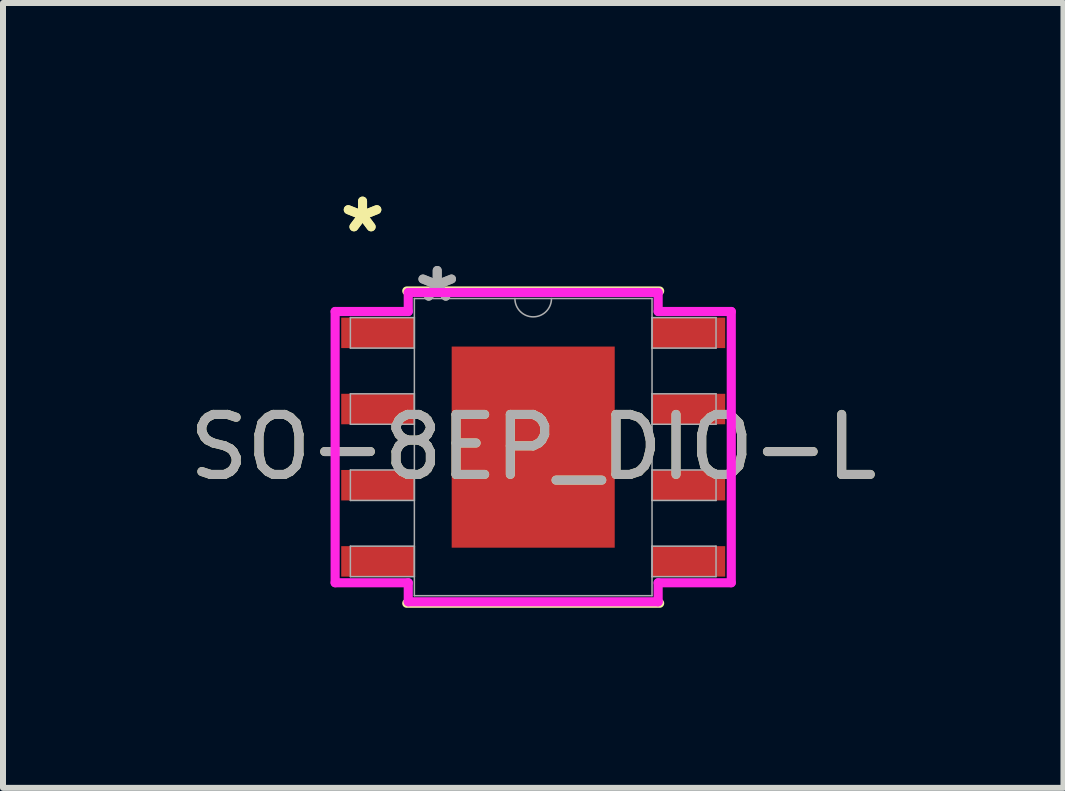
<source format=kicad_pcb>
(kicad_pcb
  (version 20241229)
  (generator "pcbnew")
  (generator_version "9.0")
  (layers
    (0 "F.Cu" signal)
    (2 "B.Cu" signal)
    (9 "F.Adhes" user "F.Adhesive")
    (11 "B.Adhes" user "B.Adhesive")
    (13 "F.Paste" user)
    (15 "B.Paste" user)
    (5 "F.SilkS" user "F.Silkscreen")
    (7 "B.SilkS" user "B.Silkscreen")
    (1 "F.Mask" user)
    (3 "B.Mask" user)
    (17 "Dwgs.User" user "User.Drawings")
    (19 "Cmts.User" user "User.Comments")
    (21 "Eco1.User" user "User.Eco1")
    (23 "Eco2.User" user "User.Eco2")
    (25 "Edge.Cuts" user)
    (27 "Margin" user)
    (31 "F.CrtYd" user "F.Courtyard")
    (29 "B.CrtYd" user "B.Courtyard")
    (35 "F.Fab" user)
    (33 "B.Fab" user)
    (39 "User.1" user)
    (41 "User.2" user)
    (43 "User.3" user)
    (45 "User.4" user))
  (footprint "SO-8EP_DIO-L"
    (layer "F.Cu")
    (at 5.839 4.404)
    (property "Reference" "SO-8EP_DIO-L" (at 0 0 0) (unlocked yes) (layer "F.SilkS") (effects (font (size 1 1) (thickness 0.15))))
    (attr smd)
    (fp_line (start -2.108 2.603) (end 2.108 2.603) (stroke (width 0.152) (type solid)) (layer "F.SilkS"))
    (fp_line (start 2.108 -2.603) (end -2.108 -2.603) (stroke (width 0.152) (type solid)) (layer "F.SilkS"))
    (fp_poly (pts (xy -1.259 -1.576) (xy -1.259 -0.1) (xy -0.1 -0.1) (xy -0.1 -1.576)) (stroke (width 0) (type solid)) (fill yes) (layer "F.Paste"))
    (fp_poly (pts (xy -1.259 0.1) (xy -1.259 1.576) (xy -0.1 1.576) (xy -0.1 0.1)) (stroke (width 0) (type solid)) (fill yes) (layer "F.Paste"))
    (fp_poly (pts (xy 0.1 -1.576) (xy 0.1 -0.1) (xy 1.259 -0.1) (xy 1.259 -1.576)) (stroke (width 0) (type solid)) (fill yes) (layer "F.Paste"))
    (fp_poly (pts (xy 0.1 0.1) (xy 0.1 1.576) (xy 1.259 1.576) (xy 1.259 0.1)) (stroke (width 0) (type solid)) (fill yes) (layer "F.Paste"))
    (fp_line (start -3.302 -2.261) (end -2.083 -2.261) (stroke (width 0.152) (type solid)) (layer "F.CrtYd"))
    (fp_line (start -3.302 2.261) (end -3.302 -2.261) (stroke (width 0.152) (type solid)) (layer "F.CrtYd"))
    (fp_line (start -3.302 2.261) (end -2.083 2.261) (stroke (width 0.152) (type solid)) (layer "F.CrtYd"))
    (fp_line (start -2.083 -2.578) (end 2.083 -2.578) (stroke (width 0.152) (type solid)) (layer "F.CrtYd"))
    (fp_line (start -2.083 -2.261) (end -2.083 -2.578) (stroke (width 0.152) (type solid)) (layer "F.CrtYd"))
    (fp_line (start -2.083 2.578) (end -2.083 2.261) (stroke (width 0.152) (type solid)) (layer "F.CrtYd"))
    (fp_line (start 2.083 -2.578) (end 2.083 -2.261) (stroke (width 0.152) (type solid)) (layer "F.CrtYd"))
    (fp_line (start 2.083 2.261) (end 2.083 2.578) (stroke (width 0.152) (type solid)) (layer "F.CrtYd"))
    (fp_line (start 2.083 2.578) (end -2.083 2.578) (stroke (width 0.152) (type solid)) (layer "F.CrtYd"))
    (fp_line (start 3.302 -2.261) (end 2.083 -2.261) (stroke (width 0.152) (type solid)) (layer "F.CrtYd"))
    (fp_line (start 3.302 -2.261) (end 3.302 2.261) (stroke (width 0.152) (type solid)) (layer "F.CrtYd"))
    (fp_line (start 3.302 2.261) (end 2.083 2.261) (stroke (width 0.152) (type solid)) (layer "F.CrtYd"))
    (fp_line (start -3.048 -2.159) (end -3.048 -1.651) (stroke (width 0.025) (type solid)) (layer "F.Fab"))
    (fp_line (start -3.048 -1.651) (end -1.981 -1.651) (stroke (width 0.025) (type solid)) (layer "F.Fab"))
    (fp_line (start -3.048 -0.889) (end -3.048 -0.381) (stroke (width 0.025) (type solid)) (layer "F.Fab"))
    (fp_line (start -3.048 -0.381) (end -1.981 -0.381) (stroke (width 0.025) (type solid)) (layer "F.Fab"))
    (fp_line (start -3.048 0.381) (end -3.048 0.889) (stroke (width 0.025) (type solid)) (layer "F.Fab"))
    (fp_line (start -3.048 0.889) (end -1.981 0.889) (stroke (width 0.025) (type solid)) (layer "F.Fab"))
    (fp_line (start -3.048 1.651) (end -3.048 2.159) (stroke (width 0.025) (type solid)) (layer "F.Fab"))
    (fp_line (start -3.048 2.159) (end -1.981 2.159) (stroke (width 0.025) (type solid)) (layer "F.Fab"))
    (fp_line (start -1.981 -2.477) (end -1.981 2.477) (stroke (width 0.025) (type solid)) (layer "F.Fab"))
    (fp_line (start -1.981 -2.159) (end -3.048 -2.159) (stroke (width 0.025) (type solid)) (layer "F.Fab"))
    (fp_line (start -1.981 -1.651) (end -1.981 -2.159) (stroke (width 0.025) (type solid)) (layer "F.Fab"))
    (fp_line (start -1.981 -0.889) (end -3.048 -0.889) (stroke (width 0.025) (type solid)) (layer "F.Fab"))
    (fp_line (start -1.981 -0.381) (end -1.981 -0.889) (stroke (width 0.025) (type solid)) (layer "F.Fab"))
    (fp_line (start -1.981 0.381) (end -3.048 0.381) (stroke (width 0.025) (type solid)) (layer "F.Fab"))
    (fp_line (start -1.981 0.889) (end -1.981 0.381) (stroke (width 0.025) (type solid)) (layer "F.Fab"))
    (fp_line (start -1.981 1.651) (end -3.048 1.651) (stroke (width 0.025) (type solid)) (layer "F.Fab"))
    (fp_line (start -1.981 2.159) (end -1.981 1.651) (stroke (width 0.025) (type solid)) (layer "F.Fab"))
    (fp_line (start -1.981 2.477) (end 1.981 2.477) (stroke (width 0.025) (type solid)) (layer "F.Fab"))
    (fp_line (start 1.981 -2.477) (end -1.981 -2.477) (stroke (width 0.025) (type solid)) (layer "F.Fab"))
    (fp_line (start 1.981 -2.159) (end 1.981 -1.651) (stroke (width 0.025) (type solid)) (layer "F.Fab"))
    (fp_line (start 1.981 -1.651) (end 3.048 -1.651) (stroke (width 0.025) (type solid)) (layer "F.Fab"))
    (fp_line (start 1.981 -0.889) (end 1.981 -0.381) (stroke (width 0.025) (type solid)) (layer "F.Fab"))
    (fp_line (start 1.981 -0.381) (end 3.048 -0.381) (stroke (width 0.025) (type solid)) (layer "F.Fab"))
    (fp_line (start 1.981 0.381) (end 1.981 0.889) (stroke (width 0.025) (type solid)) (layer "F.Fab"))
    (fp_line (start 1.981 0.889) (end 3.048 0.889) (stroke (width 0.025) (type solid)) (layer "F.Fab"))
    (fp_line (start 1.981 1.651) (end 1.981 2.159) (stroke (width 0.025) (type solid)) (layer "F.Fab"))
    (fp_line (start 1.981 2.159) (end 3.048 2.159) (stroke (width 0.025) (type solid)) (layer "F.Fab"))
    (fp_line (start 1.981 2.477) (end 1.981 -2.477) (stroke (width 0.025) (type solid)) (layer "F.Fab"))
    (fp_line (start 3.048 -2.159) (end 1.981 -2.159) (stroke (width 0.025) (type solid)) (layer "F.Fab"))
    (fp_line (start 3.048 -1.651) (end 3.048 -2.159) (stroke (width 0.025) (type solid)) (layer "F.Fab"))
    (fp_line (start 3.048 -0.889) (end 1.981 -0.889) (stroke (width 0.025) (type solid)) (layer "F.Fab"))
    (fp_line (start 3.048 -0.381) (end 3.048 -0.889) (stroke (width 0.025) (type solid)) (layer "F.Fab"))
    (fp_line (start 3.048 0.381) (end 1.981 0.381) (stroke (width 0.025) (type solid)) (layer "F.Fab"))
    (fp_line (start 3.048 0.889) (end 3.048 0.381) (stroke (width 0.025) (type solid)) (layer "F.Fab"))
    (fp_line (start 3.048 1.651) (end 1.981 1.651) (stroke (width 0.025) (type solid)) (layer "F.Fab"))
    (fp_line (start 3.048 2.159) (end 3.048 1.651) (stroke (width 0.025) (type solid)) (layer "F.Fab"))
    (fp_arc (start 0.3048 -2.4765) (mid 0 -2.1717) (end -0.3048 -2.4765) (stroke (width 0.0254) (type solid)) (layer "F.Fab"))
    (fp_text user "*" (at -2.845 -3.556 0) (layer "F.SilkS") (effects (font (size 1 1) (thickness 0.15))))
    (fp_text user "*" (at -2.845 -3.556 0) (unlocked yes) (layer "F.SilkS") (effects (font (size 1 1) (thickness 0.15))))
    (fp_text user "*" (at -1.6 -2.4 0) (unlocked yes) (layer "F.Fab") (effects (font (size 1 1) (thickness 0.15))))
    (fp_text user "${REFERENCE}" (at 0 0 0) (unlocked yes) (layer "F.Fab") (effects (font (size 1 1) (thickness 0.15))))
    (fp_text user "*" (at -1.6 -2.4 0) (layer "F.Fab") (effects (font (size 1 1) (thickness 0.15))))
    (pad "1" smd rect (at -2.591 -1.905) (size 1.219 0.508) (layers "F.Cu" "F.Mask" "F.Paste"))
    (pad "2" smd rect (at -2.591 -0.635) (size 1.219 0.508) (layers "F.Cu" "F.Mask" "F.Paste"))
    (pad "3" smd rect (at -2.591 0.635) (size 1.219 0.508) (layers "F.Cu" "F.Mask" "F.Paste"))
    (pad "4" smd rect (at -2.591 1.905) (size 1.219 0.508) (layers "F.Cu" "F.Mask" "F.Paste"))
    (pad "5" smd rect (at 2.591 1.905) (size 1.219 0.508) (layers "F.Cu" "F.Mask" "F.Paste"))
    (pad "6" smd rect (at 2.591 0.635) (size 1.219 0.508) (layers "F.Cu" "F.Mask" "F.Paste"))
    (pad "7" smd rect (at 2.591 -0.635) (size 1.219 0.508) (layers "F.Cu" "F.Mask" "F.Paste"))
    (pad "8" smd rect (at 2.591 -1.905) (size 1.219 0.508) (layers "F.Cu" "F.Mask" "F.Paste"))
    (pad "EPAD" smd rect (at 0 0) (size 2.718 3.353) (layers "F.Cu" "F.Mask")))
  (gr_rect
    (start -3 -3)
    (end 14.679 10.084)
    (stroke (width 0.1) (type default))
    (fill no)
    (layer "Edge.Cuts")))
</source>
